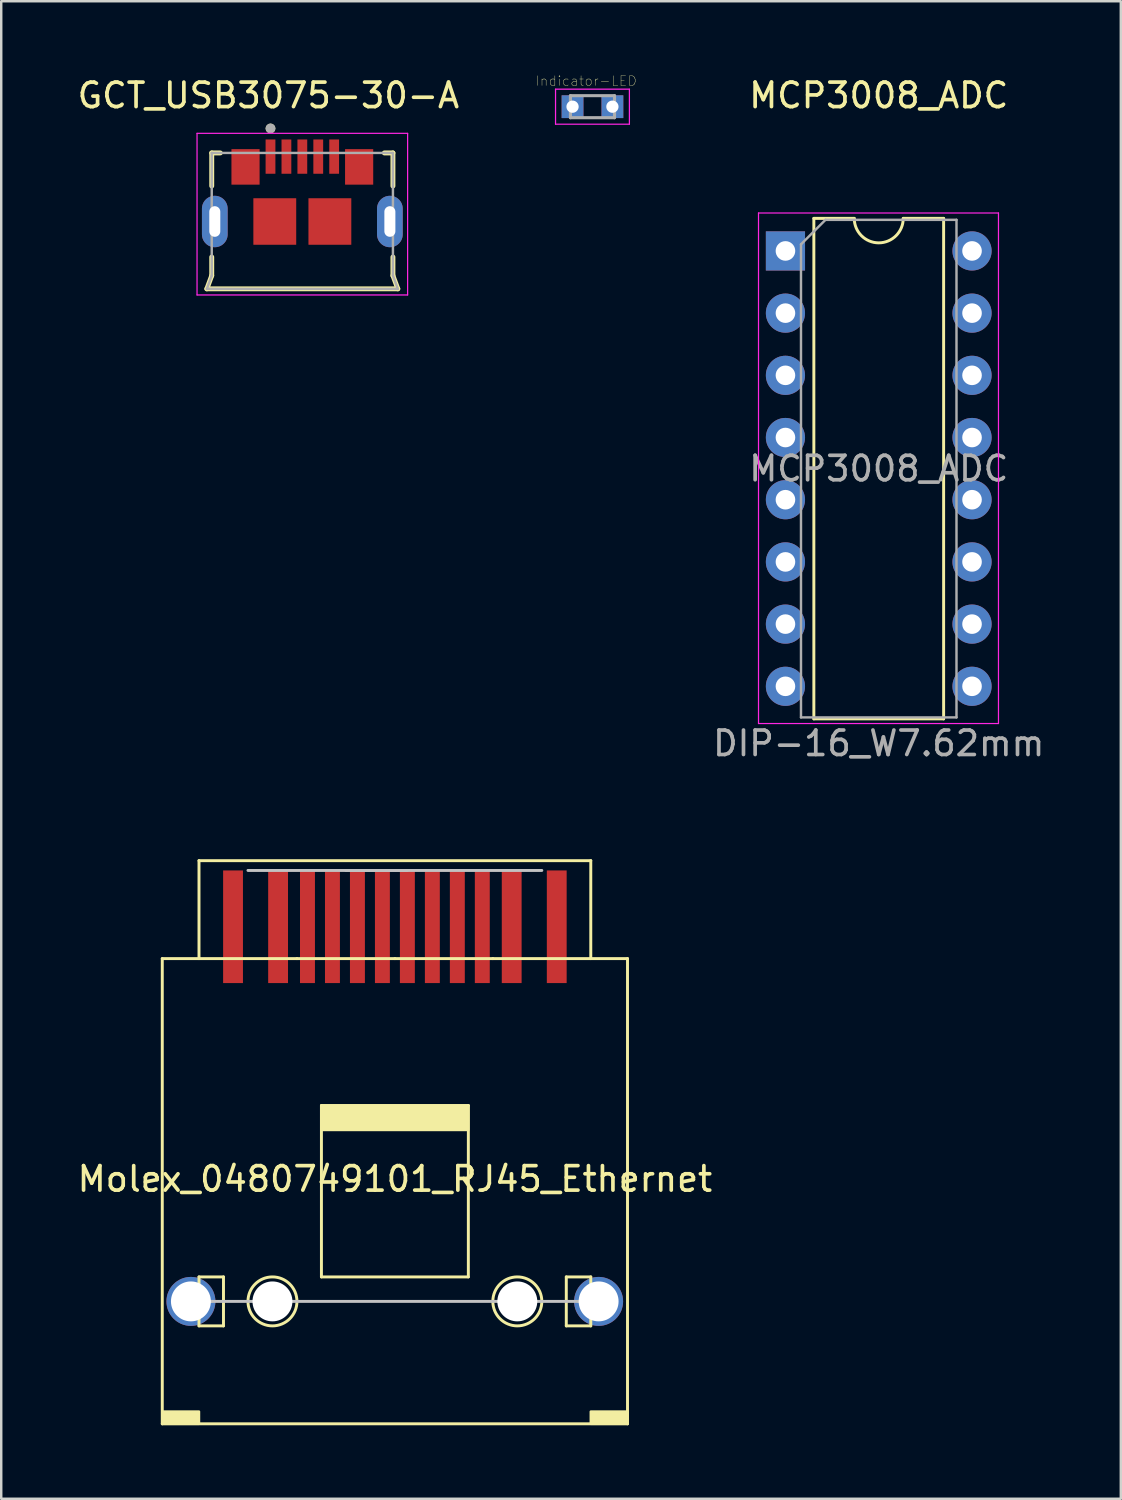
<source format=kicad_pcb>
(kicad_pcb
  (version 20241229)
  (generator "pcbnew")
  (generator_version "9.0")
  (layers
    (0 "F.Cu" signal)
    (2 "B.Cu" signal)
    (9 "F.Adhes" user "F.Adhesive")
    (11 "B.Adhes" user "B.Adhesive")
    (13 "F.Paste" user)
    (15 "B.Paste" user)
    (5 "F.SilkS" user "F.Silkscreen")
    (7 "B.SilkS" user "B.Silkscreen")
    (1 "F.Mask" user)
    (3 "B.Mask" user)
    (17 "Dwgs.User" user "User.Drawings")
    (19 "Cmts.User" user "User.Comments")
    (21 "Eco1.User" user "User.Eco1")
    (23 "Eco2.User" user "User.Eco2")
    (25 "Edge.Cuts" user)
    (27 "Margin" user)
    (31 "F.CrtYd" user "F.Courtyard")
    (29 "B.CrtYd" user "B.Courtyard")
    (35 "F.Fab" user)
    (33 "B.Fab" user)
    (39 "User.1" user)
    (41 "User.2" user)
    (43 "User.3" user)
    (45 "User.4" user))
  (footprint "GCT_USB3075-30-A"
    (layer "F.Cu")
    (at 7.997 3.346)
    (property "Reference" "GCT_USB3075-30-A" (at -0.086 -2.498 0) (layer "F.SilkS") (effects (font (size 1 1) (thickness 0.15))))
    (attr through_hole)
    (fp_line (start -2.6 5.4) (end -2.4 4.86) (stroke (width 0.2) (type solid)) (layer "F.SilkS"))
    (fp_line (start -2.6 5.4) (end 5.2 5.4) (stroke (width 0.2) (type solid)) (layer "F.SilkS"))
    (fp_line (start -2.4 -0.15) (end -2.05 -0.15) (stroke (width 0.2) (type solid)) (layer "F.SilkS"))
    (fp_line (start -2.4 1.2) (end -2.4 -0.15) (stroke (width 0.2) (type solid)) (layer "F.SilkS"))
    (fp_line (start -2.4 4.86) (end -2.4 4.1) (stroke (width 0.2) (type solid)) (layer "F.SilkS"))
    (fp_line (start 4.65 -0.15) (end 5 -0.15) (stroke (width 0.2) (type solid)) (layer "F.SilkS"))
    (fp_line (start 5 1.2) (end 5 -0.15) (stroke (width 0.2) (type solid)) (layer "F.SilkS"))
    (fp_line (start 5 4.86) (end 5 4.1) (stroke (width 0.2) (type solid)) (layer "F.SilkS"))
    (fp_line (start 5 4.86) (end 5.2 5.4) (stroke (width 0.2) (type solid)) (layer "F.SilkS"))
    (fp_circle (center 0 -1.15) (end 0.1 -1.15) (stroke (width 0.2) (type solid)) (fill no) (layer "F.SilkS"))
    (fp_line (start -3 -0.95) (end 5.6 -0.95) (stroke (width 0.05) (type solid)) (layer "F.CrtYd"))
    (fp_line (start -3 5.65) (end -3 -0.95) (stroke (width 0.05) (type solid)) (layer "F.CrtYd"))
    (fp_line (start -3 5.65) (end 5.6 5.65) (stroke (width 0.05) (type solid)) (layer "F.CrtYd"))
    (fp_line (start 5.6 5.65) (end 5.6 -0.95) (stroke (width 0.05) (type solid)) (layer "F.CrtYd"))
    (fp_line (start -2.6 5.4) (end -2.4 4.86) (stroke (width 0.1) (type solid)) (layer "F.Fab"))
    (fp_line (start -2.6 5.4) (end 5.2 5.4) (stroke (width 0.1) (type solid)) (layer "F.Fab"))
    (fp_line (start -2.4 -0.15) (end 5 -0.15) (stroke (width 0.1) (type solid)) (layer "F.Fab"))
    (fp_line (start -2.4 4.86) (end -2.4 -0.15) (stroke (width 0.1) (type solid)) (layer "F.Fab"))
    (fp_line (start 5 4.86) (end 5 -0.15) (stroke (width 0.1) (type solid)) (layer "F.Fab"))
    (fp_line (start 5 4.86) (end 5.2 5.4) (stroke (width 0.1) (type solid)) (layer "F.Fab"))
    (fp_circle (center 0 -1.15) (end 0.1 -1.15) (stroke (width 0.2) (type solid)) (fill no) (layer "F.Fab"))
    (pad "1" smd rect (at 0 0) (size 0.4 1.4) (layers "F.Cu" "F.Mask" "F.Paste"))
    (pad "2" smd rect (at 0.65 0) (size 0.4 1.4) (layers "F.Cu" "F.Mask" "F.Paste"))
    (pad "3" smd rect (at 1.3 0) (size 0.4 1.4) (layers "F.Cu" "F.Mask" "F.Paste"))
    (pad "4" smd rect (at 1.95 0) (size 0.4 1.4) (layers "F.Cu" "F.Mask" "F.Paste"))
    (pad "5" smd rect (at 2.6 0) (size 0.4 1.4) (layers "F.Cu" "F.Mask" "F.Paste"))
    (pad "6" smd rect (at -1.02 0.42) (size 1.15 1.45) (layers "F.Cu" "F.Mask" "F.Paste"))
    (pad "6" smd rect (at 0.175 2.65) (size 1.75 1.9) (layers "F.Cu" "F.Mask" "F.Paste"))
    (pad "6" smd rect (at 2.425 2.65) (size 1.75 1.9) (layers "F.Cu" "F.Mask" "F.Paste"))
    (pad "6" smd rect (at 3.62 0.42) (size 1.15 1.45) (layers "F.Cu" "F.Mask" "F.Paste"))
    (pad "S5" thru_hole oval (at -2.275 2.65) (size 1.05 2.1) (drill oval 0.45 1.25) (layers "*.Cu" "*.Mask"))
    (pad "S6" thru_hole oval (at 4.875 2.65) (size 1.05 2.1) (drill oval 0.45 1.25) (layers "*.Cu" "*.Mask")))
  (footprint "Molex_0480749101_RJ45_Ethernet"
    (layer "F.Cu")
    (at 13.077 45.098)
    (property "Reference" "Molex_0480749101_RJ45_Ethernet" (at 0 0 0) (layer "F.SilkS") (effects (font (size 1 1) (thickness 0.15))))
    (attr through_hole)
    (fp_line (start -9.5 -9) (end -9.5 10) (stroke (width 0.12) (type solid)) (layer "F.SilkS"))
    (fp_line (start -9.5 10) (end 9.5 10) (stroke (width 0.12) (type solid)) (layer "F.SilkS"))
    (fp_line (start -8 -13) (end 8 -13) (stroke (width 0.12) (type solid)) (layer "F.SilkS"))
    (fp_line (start -8 -9) (end -8 -13) (stroke (width 0.12) (type solid)) (layer "F.SilkS"))
    (fp_line (start -8 4) (end -7 4) (stroke (width 0.12) (type solid)) (layer "F.SilkS"))
    (fp_line (start -8 6) (end -8 4) (stroke (width 0.12) (type solid)) (layer "F.SilkS"))
    (fp_line (start -7 4) (end -7 6) (stroke (width 0.12) (type solid)) (layer "F.SilkS"))
    (fp_line (start -7 6) (end -8 6) (stroke (width 0.12) (type solid)) (layer "F.SilkS"))
    (fp_line (start -4 -9) (end -9.5 -9) (stroke (width 0.12) (type solid)) (layer "F.SilkS"))
    (fp_line (start -3 -3) (end 3 -3) (stroke (width 0.12) (type solid)) (layer "F.SilkS"))
    (fp_line (start -3 4) (end -3 -3) (stroke (width 0.12) (type solid)) (layer "F.SilkS"))
    (fp_line (start 0 -9) (end -4 -9) (stroke (width 0.12) (type solid)) (layer "F.SilkS"))
    (fp_line (start 0 -9) (end 4 -9) (stroke (width 0.12) (type solid)) (layer "F.SilkS"))
    (fp_line (start 3 -3) (end 3 4) (stroke (width 0.12) (type solid)) (layer "F.SilkS"))
    (fp_line (start 3 4) (end -3 4) (stroke (width 0.12) (type solid)) (layer "F.SilkS"))
    (fp_line (start 7 4) (end 7 6) (stroke (width 0.12) (type solid)) (layer "F.SilkS"))
    (fp_line (start 7 6) (end 8 6) (stroke (width 0.12) (type solid)) (layer "F.SilkS"))
    (fp_line (start 8 -13) (end 8 -9) (stroke (width 0.12) (type solid)) (layer "F.SilkS"))
    (fp_line (start 8 4) (end 7 4) (stroke (width 0.12) (type solid)) (layer "F.SilkS"))
    (fp_line (start 8 6) (end 8 4) (stroke (width 0.12) (type solid)) (layer "F.SilkS"))
    (fp_line (start 9.5 -9) (end 4 -9) (stroke (width 0.12) (type solid)) (layer "F.SilkS"))
    (fp_line (start 9.5 10) (end 9.5 -9) (stroke (width 0.12) (type solid)) (layer "F.SilkS"))
    (fp_circle (center -5 5) (end -4 5) (stroke (width 0.12) (type solid)) (fill no) (layer "F.SilkS"))
    (fp_circle (center 5 5) (end 6 5) (stroke (width 0.12) (type solid)) (fill no) (layer "F.SilkS"))
    (fp_poly (pts (xy -8 10) (xy -9.5 10) (xy -9.5 9.5) (xy -8 9.5)) (stroke (width 0.1) (type solid)) (fill yes) (layer "F.SilkS"))
    (fp_poly (pts (xy 3 -2) (xy -3 -2) (xy -3 -3) (xy 3 -3)) (stroke (width 0.1) (type solid)) (fill yes) (layer "F.SilkS"))
    (fp_poly (pts (xy 9.5 10) (xy 8 10) (xy 8 9.5) (xy 9.5 9.5)) (stroke (width 0.1) (type solid)) (fill yes) (layer "F.SilkS"))
    (fp_line (start -8.3 5) (end -8.32 5) (stroke (width 0.12) (type solid)) (layer "Dwgs.User"))
    (fp_line (start -8.25 5) (end -8.3 5) (stroke (width 0.12) (type solid)) (layer "Dwgs.User"))
    (fp_line (start -8 5) (end -8.25 5) (stroke (width 0.12) (type solid)) (layer "Dwgs.User"))
    (fp_line (start -7.5 5) (end -8 5) (stroke (width 0.12) (type solid)) (layer "Dwgs.User"))
    (fp_line (start -5 5) (end -7.5 5) (stroke (width 0.12) (type solid)) (layer "Dwgs.User"))
    (fp_line (start -5 5) (end 5 5) (stroke (width 0.12) (type solid)) (layer "Dwgs.User"))
    (fp_line (start -2 -12.6) (end 0.5 -12.6) (stroke (width 0.12) (type solid)) (layer "Dwgs.User"))
    (fp_line (start 0 -12.6) (end -6 -12.6) (stroke (width 0.12) (type solid)) (layer "Dwgs.User"))
    (fp_line (start 0 -12.6) (end 6 -12.6) (stroke (width 0.12) (type solid)) (layer "Dwgs.User"))
    (fp_line (start 5 5) (end 7.5 5) (stroke (width 0.12) (type solid)) (layer "Dwgs.User"))
    (fp_line (start 7.5 5) (end 8 5) (stroke (width 0.12) (type solid)) (layer "Dwgs.User"))
    (fp_line (start 8 5) (end 8.25 5) (stroke (width 0.12) (type solid)) (layer "Dwgs.User"))
    (fp_line (start 8.25 5) (end 8.3 5) (stroke (width 0.12) (type solid)) (layer "Dwgs.User"))
    (fp_line (start 8.3 5) (end 8.32 5) (stroke (width 0.12) (type solid)) (layer "Dwgs.User"))
    (pad "" np_thru_hole circle (at -5 5) (size 1.63 1.63) (drill 1.63) (layers "*.Cu" "*.Mask"))
    (pad "" np_thru_hole circle (at 5 5) (size 1.63 1.63) (drill 1.63) (layers "*.Cu" "*.Mask"))
    (pad "3" smd rect (at 3.57 -10.3) (size 0.61 4.6) (layers "F.Cu" "F.Mask" "F.Paste"))
    (pad "4" smd rect (at 2.55 -10.3) (size 0.61 4.6) (layers "F.Cu" "F.Mask" "F.Paste"))
    (pad "5" smd rect (at 1.53 -10.3) (size 0.61 4.6) (layers "F.Cu" "F.Mask" "F.Paste"))
    (pad "6" smd rect (at 0.51 -10.3) (size 0.61 4.6) (layers "F.Cu" "F.Mask" "F.Paste"))
    (pad "7" smd rect (at -0.51 -10.3) (size 0.61 4.6) (layers "F.Cu" "F.Mask" "F.Paste"))
    (pad "8" smd rect (at -1.53 -10.3) (size 0.61 4.6) (layers "F.Cu" "F.Mask" "F.Paste"))
    (pad "9" smd rect (at -2.55 -10.3) (size 0.61 4.6) (layers "F.Cu" "F.Mask" "F.Paste"))
    (pad "10" smd rect (at -3.57 -10.3) (size 0.61 4.6) (layers "F.Cu" "F.Mask" "F.Paste"))
    (pad "P1" smd rect (at 6.61 -10.3) (size 0.81 4.6) (layers "F.Cu" "F.Mask" "F.Paste"))
    (pad "P2" smd rect (at 4.77 -10.3) (size 0.81 4.6) (layers "F.Cu" "F.Mask" "F.Paste"))
    (pad "P11" smd rect (at -4.77 -10.3) (size 0.81 4.6) (layers "F.Cu" "F.Mask" "F.Paste"))
    (pad "P12" smd rect (at -6.61 -10.3) (size 0.81 4.6) (layers "F.Cu" "F.Mask" "F.Paste"))
    (pad "S1" thru_hole circle (at -8.33 5) (size 2 2) (drill 1.63) (layers "*.Cu" "*.Mask"))
    (pad "S1" thru_hole circle (at 8.32 5) (size 2 2) (drill 1.63) (layers "*.Cu" "*.Mask")))
  (footprint "Indicator-LED"
    (layer "F.Cu")
    (at 21.146 1.307)
    (property "Reference" "Indicator-LED" (at -0.26 -1.05 0) (layer "F.SilkS") (effects (font (size 0.394 0.394) (thickness 0.015))))
    (attr through_hole)
    (fp_line (start -1.508 -0.715) (end 1.508 -0.715) (stroke (width 0.05) (type solid)) (layer "F.CrtYd"))
    (fp_line (start -1.508 0.715) (end -1.508 -0.715) (stroke (width 0.05) (type solid)) (layer "F.CrtYd"))
    (fp_line (start -1.508 0.715) (end 1.508 0.715) (stroke (width 0.05) (type solid)) (layer "F.CrtYd"))
    (fp_line (start 1.508 0.715) (end 1.508 -0.715) (stroke (width 0.05) (type solid)) (layer "F.CrtYd"))
    (fp_line (start -0.9 0.45) (end -0.9 -0.45) (stroke (width 0.127) (type solid)) (layer "F.Fab"))
    (fp_line (start 0.9 -0.45) (end -0.9 -0.45) (stroke (width 0.127) (type solid)) (layer "F.Fab"))
    (fp_line (start 0.9 0.45) (end -0.9 0.45) (stroke (width 0.127) (type solid)) (layer "F.Fab"))
    (fp_line (start 0.9 0.45) (end 0.9 -0.45) (stroke (width 0.127) (type solid)) (layer "F.Fab"))
    (pad "1" thru_hole rect (at -0.814 0) (size 0.89 0.93) (drill 0.5) (layers "*.Cu" "*.Mask"))
    (pad "2" thru_hole rect (at 0.814 0) (size 0.89 0.93) (drill 0.5) (layers "*.Cu" "*.Mask")))
  (footprint "MCP3008_ADC"
    (layer "F.Cu")
    (at 32.837 28.788)
    (property "Reference" "MCP3008_ADC" (at 0 -27.94 0) (layer "F.SilkS") (effects (font (size 1 1) (thickness 0.15))))
    (attr through_hole)
    (fp_line (start -2.65 -22.92) (end -2.65 -2.48) (stroke (width 0.12) (type solid)) (layer "F.SilkS"))
    (fp_line (start -2.65 -2.48) (end 2.65 -2.48) (stroke (width 0.12) (type solid)) (layer "F.SilkS"))
    (fp_line (start -1 -22.92) (end -2.65 -22.92) (stroke (width 0.12) (type solid)) (layer "F.SilkS"))
    (fp_line (start 2.65 -22.92) (end 1 -22.92) (stroke (width 0.12) (type solid)) (layer "F.SilkS"))
    (fp_line (start 2.65 -2.48) (end 2.65 -22.92) (stroke (width 0.12) (type solid)) (layer "F.SilkS"))
    (fp_arc (start 1 -22.92) (mid 0 -21.92) (end -1 -22.92) (stroke (width 0.12) (type solid)) (layer "F.SilkS"))
    (fp_line (start -4.91 -23.14) (end -4.91 -2.29) (stroke (width 0.05) (type solid)) (layer "F.CrtYd"))
    (fp_line (start -4.91 -2.29) (end 4.89 -2.29) (stroke (width 0.05) (type solid)) (layer "F.CrtYd"))
    (fp_line (start 4.89 -23.14) (end -4.91 -23.14) (stroke (width 0.05) (type solid)) (layer "F.CrtYd"))
    (fp_line (start 4.89 -2.29) (end 4.89 -23.14) (stroke (width 0.05) (type solid)) (layer "F.CrtYd"))
    (fp_line (start -3.175 -21.86) (end -2.175 -22.86) (stroke (width 0.1) (type solid)) (layer "F.Fab"))
    (fp_line (start -3.175 -2.54) (end -3.175 -21.86) (stroke (width 0.1) (type solid)) (layer "F.Fab"))
    (fp_line (start -2.175 -22.86) (end 3.175 -22.86) (stroke (width 0.1) (type solid)) (layer "F.Fab"))
    (fp_line (start 3.175 -22.86) (end 3.175 -2.54) (stroke (width 0.1) (type solid)) (layer "F.Fab"))
    (fp_line (start 3.175 -2.54) (end -3.175 -2.54) (stroke (width 0.1) (type solid)) (layer "F.Fab"))
    (fp_text user "DIP-16_W7.62mm" (at 0 -1.48 0) (layer "F.Fab") (effects (font (size 1 1) (thickness 0.15))))
    (fp_text user "${REFERENCE}" (at 0 -12.7 0) (layer "F.Fab") (effects (font (size 1 1) (thickness 0.15))))
    (pad "1" thru_hole rect (at -3.81 -21.59) (size 1.6 1.6) (drill 0.8) (layers "*.Cu" "*.Mask"))
    (pad "2" thru_hole oval (at -3.81 -19.05) (size 1.6 1.6) (drill 0.8) (layers "*.Cu" "*.Mask"))
    (pad "3" thru_hole oval (at -3.81 -16.51) (size 1.6 1.6) (drill 0.8) (layers "*.Cu" "*.Mask"))
    (pad "4" thru_hole oval (at -3.81 -13.97) (size 1.6 1.6) (drill 0.8) (layers "*.Cu" "*.Mask"))
    (pad "5" thru_hole oval (at -3.81 -11.43) (size 1.6 1.6) (drill 0.8) (layers "*.Cu" "*.Mask"))
    (pad "6" thru_hole oval (at -3.81 -8.89) (size 1.6 1.6) (drill 0.8) (layers "*.Cu" "*.Mask"))
    (pad "7" thru_hole oval (at -3.81 -6.35) (size 1.6 1.6) (drill 0.8) (layers "*.Cu" "*.Mask"))
    (pad "8" thru_hole oval (at -3.81 -3.81) (size 1.6 1.6) (drill 0.8) (layers "*.Cu" "*.Mask"))
    (pad "9" thru_hole oval (at 3.81 -3.81) (size 1.6 1.6) (drill 0.8) (layers "*.Cu" "*.Mask"))
    (pad "10" thru_hole oval (at 3.81 -6.35) (size 1.6 1.6) (drill 0.8) (layers "*.Cu" "*.Mask"))
    (pad "11" thru_hole oval (at 3.81 -8.89) (size 1.6 1.6) (drill 0.8) (layers "*.Cu" "*.Mask"))
    (pad "12" thru_hole oval (at 3.81 -11.43) (size 1.6 1.6) (drill 0.8) (layers "*.Cu" "*.Mask"))
    (pad "13" thru_hole oval (at 3.81 -13.97) (size 1.6 1.6) (drill 0.8) (layers "*.Cu" "*.Mask"))
    (pad "14" thru_hole oval (at 3.81 -16.51) (size 1.6 1.6) (drill 0.8) (layers "*.Cu" "*.Mask"))
    (pad "15" thru_hole oval (at 3.81 -19.05) (size 1.6 1.6) (drill 0.8) (layers "*.Cu" "*.Mask"))
    (pad "16" thru_hole oval (at 3.81 -21.59) (size 1.6 1.6) (drill 0.8) (layers "*.Cu" "*.Mask")))
  (gr_rect
    (start -3 -3)
    (end 42.723 58.158)
    (stroke (width 0.1) (type default))
    (fill no)
    (layer "Edge.Cuts")))
</source>
